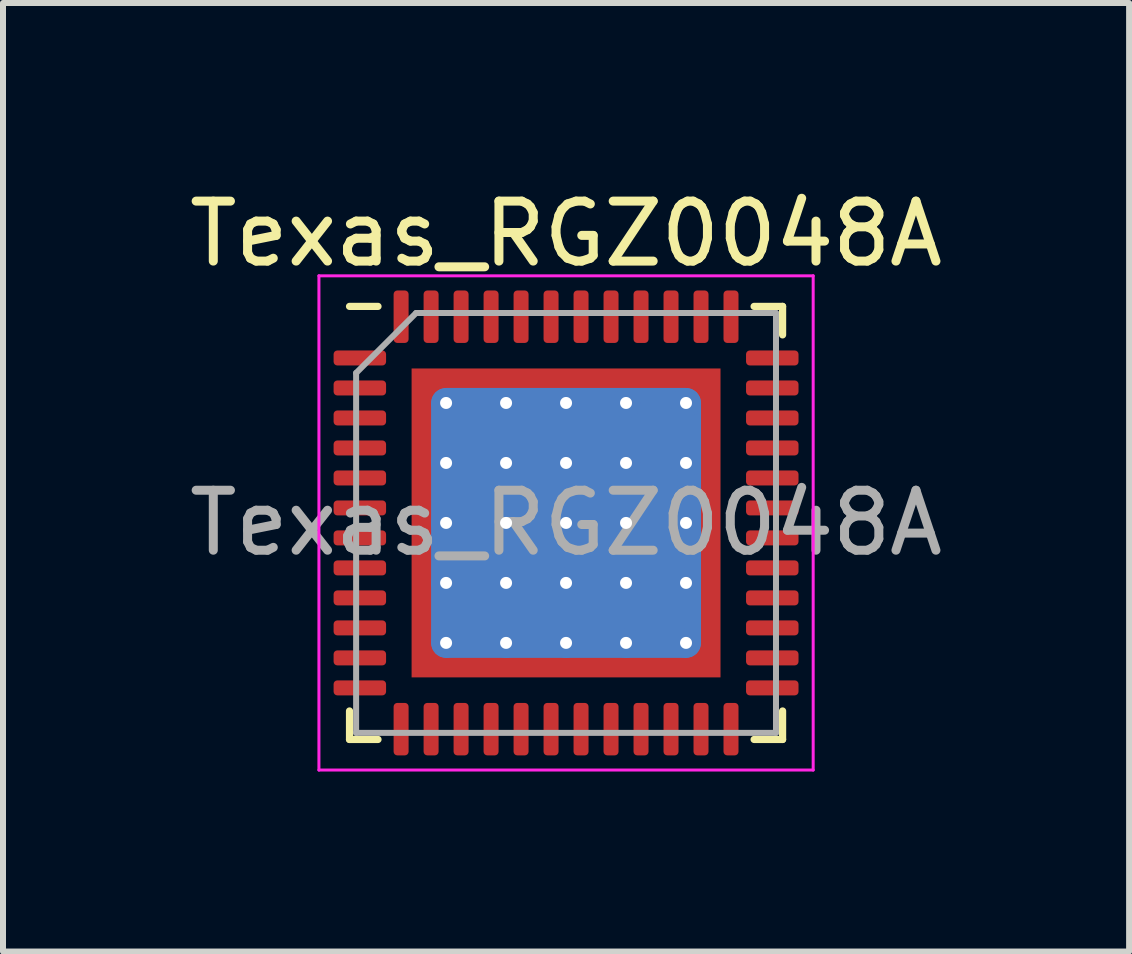
<source format=kicad_pcb>
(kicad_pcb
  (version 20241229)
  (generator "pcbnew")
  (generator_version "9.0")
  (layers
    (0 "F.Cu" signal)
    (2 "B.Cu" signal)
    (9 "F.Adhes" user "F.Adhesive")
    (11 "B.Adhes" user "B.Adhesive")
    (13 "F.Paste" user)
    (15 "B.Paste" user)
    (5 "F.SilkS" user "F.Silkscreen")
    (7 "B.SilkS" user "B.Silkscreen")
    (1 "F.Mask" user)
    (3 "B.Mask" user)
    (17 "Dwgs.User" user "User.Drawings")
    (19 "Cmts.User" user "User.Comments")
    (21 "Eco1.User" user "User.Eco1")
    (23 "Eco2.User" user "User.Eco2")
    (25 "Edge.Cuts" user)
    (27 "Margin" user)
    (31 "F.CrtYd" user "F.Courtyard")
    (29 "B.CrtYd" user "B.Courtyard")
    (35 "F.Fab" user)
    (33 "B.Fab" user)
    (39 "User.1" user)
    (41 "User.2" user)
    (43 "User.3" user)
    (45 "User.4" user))
  (footprint "Texas_RGZ0048A"
    (layer "F.Cu")
    (at 6.387 5.668)
    (property "Reference" "Texas_RGZ0048A" (at 0 -4.82 0) (layer "F.SilkS") (effects (font (size 1 1) (thickness 0.15))))
    (attr smd)
    (fp_line (start -3.61 3.61) (end -3.61 3.135) (stroke (width 0.12) (type solid)) (layer "F.SilkS"))
    (fp_line (start -3.135 -3.61) (end -3.61 -3.61) (stroke (width 0.12) (type solid)) (layer "F.SilkS"))
    (fp_line (start -3.135 3.61) (end -3.61 3.61) (stroke (width 0.12) (type solid)) (layer "F.SilkS"))
    (fp_line (start 3.135 -3.61) (end 3.61 -3.61) (stroke (width 0.12) (type solid)) (layer "F.SilkS"))
    (fp_line (start 3.135 3.61) (end 3.61 3.61) (stroke (width 0.12) (type solid)) (layer "F.SilkS"))
    (fp_line (start 3.61 -3.61) (end 3.61 -3.135) (stroke (width 0.12) (type solid)) (layer "F.SilkS"))
    (fp_line (start 3.61 3.61) (end 3.61 3.135) (stroke (width 0.12) (type solid)) (layer "F.SilkS"))
    (fp_line (start -4.12 -4.12) (end -4.12 4.12) (stroke (width 0.05) (type solid)) (layer "F.CrtYd"))
    (fp_line (start -4.12 4.12) (end 4.12 4.12) (stroke (width 0.05) (type solid)) (layer "F.CrtYd"))
    (fp_line (start 4.12 -4.12) (end -4.12 -4.12) (stroke (width 0.05) (type solid)) (layer "F.CrtYd"))
    (fp_line (start 4.12 4.12) (end 4.12 -4.12) (stroke (width 0.05) (type solid)) (layer "F.CrtYd"))
    (fp_line (start -3.5 -2.5) (end -2.5 -3.5) (stroke (width 0.1) (type solid)) (layer "F.Fab"))
    (fp_line (start -3.5 3.5) (end -3.5 -2.5) (stroke (width 0.1) (type solid)) (layer "F.Fab"))
    (fp_line (start -2.5 -3.5) (end 3.5 -3.5) (stroke (width 0.1) (type solid)) (layer "F.Fab"))
    (fp_line (start 3.5 -3.5) (end 3.5 3.5) (stroke (width 0.1) (type solid)) (layer "F.Fab"))
    (fp_line (start 3.5 3.5) (end -3.5 3.5) (stroke (width 0.1) (type solid)) (layer "F.Fab"))
    (fp_text user "${REFERENCE}" (at 0 0 0) (layer "F.Fab") (effects (font (size 1 1) (thickness 0.15))))
    (pad "" smd custom (at -2.288 -2.288) (size 0.342 0.342) (layers "F.Paste") (options (anchor circle)) (primitives (gr_poly (pts (xy -0.116 -0.116) (xy 0.116 -0.116) (xy 0.116 0.012) (xy 0.012 0.116) (xy -0.116 0.116)) (width 0.232) (fill yes))))
    (pad "" smd custom (at -2.288 -1.5) (size 0.371 0.371) (layers "F.Paste") (options (anchor circle)) (primitives (gr_poly (pts (xy -0.14 -0.311) (xy 0.063 -0.311) (xy 0.14 -0.235) (xy 0.14 0.235) (xy 0.063 0.311) (xy -0.14 0.311)) (width 0.184) (fill yes))))
    (pad "" smd custom (at -2.288 -0.5) (size 0.371 0.371) (layers "F.Paste") (options (anchor circle)) (primitives (gr_poly (pts (xy -0.14 -0.311) (xy 0.063 -0.311) (xy 0.14 -0.235) (xy 0.14 0.235) (xy 0.063 0.311) (xy -0.14 0.311)) (width 0.184) (fill yes))))
    (pad "" smd custom (at -2.288 0.5) (size 0.371 0.371) (layers "F.Paste") (options (anchor circle)) (primitives (gr_poly (pts (xy -0.14 -0.311) (xy 0.063 -0.311) (xy 0.14 -0.235) (xy 0.14 0.235) (xy 0.063 0.311) (xy -0.14 0.311)) (width 0.184) (fill yes))))
    (pad "" smd custom (at -2.288 1.5) (size 0.371 0.371) (layers "F.Paste") (options (anchor circle)) (primitives (gr_poly (pts (xy -0.14 -0.311) (xy 0.063 -0.311) (xy 0.14 -0.235) (xy 0.14 0.235) (xy 0.063 0.311) (xy -0.14 0.311)) (width 0.184) (fill yes))))
    (pad "" smd custom (at -2.288 2.288) (size 0.342 0.342) (layers "F.Paste") (options (anchor circle)) (primitives (gr_poly (pts (xy -0.116 -0.116) (xy 0.012 -0.116) (xy 0.116 -0.012) (xy 0.116 0.116) (xy -0.116 0.116)) (width 0.232) (fill yes))))
    (pad "" smd custom (at -1.5 -2.288) (size 0.371 0.371) (layers "F.Paste") (options (anchor circle)) (primitives (gr_poly (pts (xy -0.311 -0.14) (xy 0.311 -0.14) (xy 0.311 0.063) (xy 0.235 0.14) (xy -0.235 0.14) (xy -0.311 0.063)) (width 0.184) (fill yes))))
    (pad "" smd roundrect (at -1.5 -1.5) (size 0.806 0.806) (layers "F.Paste") (roundrect_rratio 0.25))
    (pad "" smd roundrect (at -1.5 -0.5) (size 0.806 0.806) (layers "F.Paste") (roundrect_rratio 0.25))
    (pad "" smd roundrect (at -1.5 0.5) (size 0.806 0.806) (layers "F.Paste") (roundrect_rratio 0.25))
    (pad "" smd roundrect (at -1.5 1.5) (size 0.806 0.806) (layers "F.Paste") (roundrect_rratio 0.25))
    (pad "" smd custom (at -1.5 2.288) (size 0.371 0.371) (layers "F.Paste") (options (anchor circle)) (primitives (gr_poly (pts (xy -0.311 -0.063) (xy -0.235 -0.14) (xy 0.235 -0.14) (xy 0.311 -0.063) (xy 0.311 0.14) (xy -0.311 0.14)) (width 0.184) (fill yes))))
    (pad "" smd custom (at -0.5 -2.288) (size 0.371 0.371) (layers "F.Paste") (options (anchor circle)) (primitives (gr_poly (pts (xy -0.311 -0.14) (xy 0.311 -0.14) (xy 0.311 0.063) (xy 0.235 0.14) (xy -0.235 0.14) (xy -0.311 0.063)) (width 0.184) (fill yes))))
    (pad "" smd roundrect (at -0.5 -1.5) (size 0.806 0.806) (layers "F.Paste") (roundrect_rratio 0.25))
    (pad "" smd roundrect (at -0.5 -0.5) (size 0.806 0.806) (layers "F.Paste") (roundrect_rratio 0.25))
    (pad "" smd roundrect (at -0.5 0.5) (size 0.806 0.806) (layers "F.Paste") (roundrect_rratio 0.25))
    (pad "" smd roundrect (at -0.5 1.5) (size 0.806 0.806) (layers "F.Paste") (roundrect_rratio 0.25))
    (pad "" smd custom (at -0.5 2.288) (size 0.371 0.371) (layers "F.Paste") (options (anchor circle)) (primitives (gr_poly (pts (xy -0.311 -0.063) (xy -0.235 -0.14) (xy 0.235 -0.14) (xy 0.311 -0.063) (xy 0.311 0.14) (xy -0.311 0.14)) (width 0.184) (fill yes))))
    (pad "" smd custom (at 0.5 -2.288) (size 0.371 0.371) (layers "F.Paste") (options (anchor circle)) (primitives (gr_poly (pts (xy -0.311 -0.14) (xy 0.311 -0.14) (xy 0.311 0.063) (xy 0.235 0.14) (xy -0.235 0.14) (xy -0.311 0.063)) (width 0.184) (fill yes))))
    (pad "" smd roundrect (at 0.5 -1.5) (size 0.806 0.806) (layers "F.Paste") (roundrect_rratio 0.25))
    (pad "" smd roundrect (at 0.5 -0.5) (size 0.806 0.806) (layers "F.Paste") (roundrect_rratio 0.25))
    (pad "" smd roundrect (at 0.5 0.5) (size 0.806 0.806) (layers "F.Paste") (roundrect_rratio 0.25))
    (pad "" smd roundrect (at 0.5 1.5) (size 0.806 0.806) (layers "F.Paste") (roundrect_rratio 0.25))
    (pad "" smd custom (at 0.5 2.288) (size 0.371 0.371) (layers "F.Paste") (options (anchor circle)) (primitives (gr_poly (pts (xy -0.311 -0.063) (xy -0.235 -0.14) (xy 0.235 -0.14) (xy 0.311 -0.063) (xy 0.311 0.14) (xy -0.311 0.14)) (width 0.184) (fill yes))))
    (pad "" smd custom (at 1.5 -2.288) (size 0.371 0.371) (layers "F.Paste") (options (anchor circle)) (primitives (gr_poly (pts (xy -0.311 -0.14) (xy 0.311 -0.14) (xy 0.311 0.063) (xy 0.235 0.14) (xy -0.235 0.14) (xy -0.311 0.063)) (width 0.184) (fill yes))))
    (pad "" smd roundrect (at 1.5 -1.5) (size 0.806 0.806) (layers "F.Paste") (roundrect_rratio 0.25))
    (pad "" smd roundrect (at 1.5 -0.5) (size 0.806 0.806) (layers "F.Paste") (roundrect_rratio 0.25))
    (pad "" smd roundrect (at 1.5 0.5) (size 0.806 0.806) (layers "F.Paste") (roundrect_rratio 0.25))
    (pad "" smd roundrect (at 1.5 1.5) (size 0.806 0.806) (layers "F.Paste") (roundrect_rratio 0.25))
    (pad "" smd custom (at 1.5 2.288) (size 0.371 0.371) (layers "F.Paste") (options (anchor circle)) (primitives (gr_poly (pts (xy -0.311 -0.063) (xy -0.235 -0.14) (xy 0.235 -0.14) (xy 0.311 -0.063) (xy 0.311 0.14) (xy -0.311 0.14)) (width 0.184) (fill yes))))
    (pad "" smd custom (at 2.288 -2.288) (size 0.342 0.342) (layers "F.Paste") (options (anchor circle)) (primitives (gr_poly (pts (xy -0.116 -0.116) (xy 0.116 -0.116) (xy 0.116 0.116) (xy -0.012 0.116) (xy -0.116 0.012)) (width 0.232) (fill yes))))
    (pad "" smd custom (at 2.288 -1.5) (size 0.371 0.371) (layers "F.Paste") (options (anchor circle)) (primitives (gr_poly (pts (xy -0.14 -0.235) (xy -0.063 -0.311) (xy 0.14 -0.311) (xy 0.14 0.311) (xy -0.063 0.311) (xy -0.14 0.235)) (width 0.184) (fill yes))))
    (pad "" smd custom (at 2.288 -0.5) (size 0.371 0.371) (layers "F.Paste") (options (anchor circle)) (primitives (gr_poly (pts (xy -0.14 -0.235) (xy -0.063 -0.311) (xy 0.14 -0.311) (xy 0.14 0.311) (xy -0.063 0.311) (xy -0.14 0.235)) (width 0.184) (fill yes))))
    (pad "" smd custom (at 2.288 0.5) (size 0.371 0.371) (layers "F.Paste") (options (anchor circle)) (primitives (gr_poly (pts (xy -0.14 -0.235) (xy -0.063 -0.311) (xy 0.14 -0.311) (xy 0.14 0.311) (xy -0.063 0.311) (xy -0.14 0.235)) (width 0.184) (fill yes))))
    (pad "" smd custom (at 2.288 1.5) (size 0.371 0.371) (layers "F.Paste") (options (anchor circle)) (primitives (gr_poly (pts (xy -0.14 -0.235) (xy -0.063 -0.311) (xy 0.14 -0.311) (xy 0.14 0.311) (xy -0.063 0.311) (xy -0.14 0.235)) (width 0.184) (fill yes))))
    (pad "" smd custom (at 2.288 2.288) (size 0.342 0.342) (layers "F.Paste") (options (anchor circle)) (primitives (gr_poly (pts (xy -0.116 -0.012) (xy -0.012 -0.116) (xy 0.116 -0.116) (xy 0.116 0.116) (xy -0.116 0.116)) (width 0.232) (fill yes))))
    (pad "1" smd roundrect (at -3.438 -2.75) (size 0.875 0.25) (layers "F.Cu" "F.Mask" "F.Paste") (roundrect_rratio 0.25))
    (pad "2" smd roundrect (at -3.438 -2.25) (size 0.875 0.25) (layers "F.Cu" "F.Mask" "F.Paste") (roundrect_rratio 0.25))
    (pad "3" smd roundrect (at -3.438 -1.75) (size 0.875 0.25) (layers "F.Cu" "F.Mask" "F.Paste") (roundrect_rratio 0.25))
    (pad "4" smd roundrect (at -3.438 -1.25) (size 0.875 0.25) (layers "F.Cu" "F.Mask" "F.Paste") (roundrect_rratio 0.25))
    (pad "5" smd roundrect (at -3.438 -0.75) (size 0.875 0.25) (layers "F.Cu" "F.Mask" "F.Paste") (roundrect_rratio 0.25))
    (pad "6" smd roundrect (at -3.438 -0.25) (size 0.875 0.25) (layers "F.Cu" "F.Mask" "F.Paste") (roundrect_rratio 0.25))
    (pad "7" smd roundrect (at -3.438 0.25) (size 0.875 0.25) (layers "F.Cu" "F.Mask" "F.Paste") (roundrect_rratio 0.25))
    (pad "8" smd roundrect (at -3.438 0.75) (size 0.875 0.25) (layers "F.Cu" "F.Mask" "F.Paste") (roundrect_rratio 0.25))
    (pad "9" smd roundrect (at -3.438 1.25) (size 0.875 0.25) (layers "F.Cu" "F.Mask" "F.Paste") (roundrect_rratio 0.25))
    (pad "10" smd roundrect (at -3.438 1.75) (size 0.875 0.25) (layers "F.Cu" "F.Mask" "F.Paste") (roundrect_rratio 0.25))
    (pad "11" smd roundrect (at -3.438 2.25) (size 0.875 0.25) (layers "F.Cu" "F.Mask" "F.Paste") (roundrect_rratio 0.25))
    (pad "12" smd roundrect (at -3.438 2.75) (size 0.875 0.25) (layers "F.Cu" "F.Mask" "F.Paste") (roundrect_rratio 0.25))
    (pad "13" smd roundrect (at -2.75 3.438) (size 0.25 0.875) (layers "F.Cu" "F.Mask" "F.Paste") (roundrect_rratio 0.25))
    (pad "14" smd roundrect (at -2.25 3.438) (size 0.25 0.875) (layers "F.Cu" "F.Mask" "F.Paste") (roundrect_rratio 0.25))
    (pad "15" smd roundrect (at -1.75 3.438) (size 0.25 0.875) (layers "F.Cu" "F.Mask" "F.Paste") (roundrect_rratio 0.25))
    (pad "16" smd roundrect (at -1.25 3.438) (size 0.25 0.875) (layers "F.Cu" "F.Mask" "F.Paste") (roundrect_rratio 0.25))
    (pad "17" smd roundrect (at -0.75 3.438) (size 0.25 0.875) (layers "F.Cu" "F.Mask" "F.Paste") (roundrect_rratio 0.25))
    (pad "18" smd roundrect (at -0.25 3.438) (size 0.25 0.875) (layers "F.Cu" "F.Mask" "F.Paste") (roundrect_rratio 0.25))
    (pad "19" smd roundrect (at 0.25 3.438) (size 0.25 0.875) (layers "F.Cu" "F.Mask" "F.Paste") (roundrect_rratio 0.25))
    (pad "20" smd roundrect (at 0.75 3.438) (size 0.25 0.875) (layers "F.Cu" "F.Mask" "F.Paste") (roundrect_rratio 0.25))
    (pad "21" smd roundrect (at 1.25 3.438) (size 0.25 0.875) (layers "F.Cu" "F.Mask" "F.Paste") (roundrect_rratio 0.25))
    (pad "22" smd roundrect (at 1.75 3.438) (size 0.25 0.875) (layers "F.Cu" "F.Mask" "F.Paste") (roundrect_rratio 0.25))
    (pad "23" smd roundrect (at 2.25 3.438) (size 0.25 0.875) (layers "F.Cu" "F.Mask" "F.Paste") (roundrect_rratio 0.25))
    (pad "24" smd roundrect (at 2.75 3.438) (size 0.25 0.875) (layers "F.Cu" "F.Mask" "F.Paste") (roundrect_rratio 0.25))
    (pad "25" smd roundrect (at 3.438 2.75) (size 0.875 0.25) (layers "F.Cu" "F.Mask" "F.Paste") (roundrect_rratio 0.25))
    (pad "26" smd roundrect (at 3.438 2.25) (size 0.875 0.25) (layers "F.Cu" "F.Mask" "F.Paste") (roundrect_rratio 0.25))
    (pad "27" smd roundrect (at 3.438 1.75) (size 0.875 0.25) (layers "F.Cu" "F.Mask" "F.Paste") (roundrect_rratio 0.25))
    (pad "28" smd roundrect (at 3.438 1.25) (size 0.875 0.25) (layers "F.Cu" "F.Mask" "F.Paste") (roundrect_rratio 0.25))
    (pad "29" smd roundrect (at 3.438 0.75) (size 0.875 0.25) (layers "F.Cu" "F.Mask" "F.Paste") (roundrect_rratio 0.25))
    (pad "30" smd roundrect (at 3.438 0.25) (size 0.875 0.25) (layers "F.Cu" "F.Mask" "F.Paste") (roundrect_rratio 0.25))
    (pad "31" smd roundrect (at 3.438 -0.25) (size 0.875 0.25) (layers "F.Cu" "F.Mask" "F.Paste") (roundrect_rratio 0.25))
    (pad "32" smd roundrect (at 3.438 -0.75) (size 0.875 0.25) (layers "F.Cu" "F.Mask" "F.Paste") (roundrect_rratio 0.25))
    (pad "33" smd roundrect (at 3.438 -1.25) (size 0.875 0.25) (layers "F.Cu" "F.Mask" "F.Paste") (roundrect_rratio 0.25))
    (pad "34" smd roundrect (at 3.438 -1.75) (size 0.875 0.25) (layers "F.Cu" "F.Mask" "F.Paste") (roundrect_rratio 0.25))
    (pad "35" smd roundrect (at 3.438 -2.25) (size 0.875 0.25) (layers "F.Cu" "F.Mask" "F.Paste") (roundrect_rratio 0.25))
    (pad "36" smd roundrect (at 3.438 -2.75) (size 0.875 0.25) (layers "F.Cu" "F.Mask" "F.Paste") (roundrect_rratio 0.25))
    (pad "37" smd roundrect (at 2.75 -3.438) (size 0.25 0.875) (layers "F.Cu" "F.Mask" "F.Paste") (roundrect_rratio 0.25))
    (pad "38" smd roundrect (at 2.25 -3.438) (size 0.25 0.875) (layers "F.Cu" "F.Mask" "F.Paste") (roundrect_rratio 0.25))
    (pad "39" smd roundrect (at 1.75 -3.438) (size 0.25 0.875) (layers "F.Cu" "F.Mask" "F.Paste") (roundrect_rratio 0.25))
    (pad "40" smd roundrect (at 1.25 -3.438) (size 0.25 0.875) (layers "F.Cu" "F.Mask" "F.Paste") (roundrect_rratio 0.25))
    (pad "41" smd roundrect (at 0.75 -3.438) (size 0.25 0.875) (layers "F.Cu" "F.Mask" "F.Paste") (roundrect_rratio 0.25))
    (pad "42" smd roundrect (at 0.25 -3.438) (size 0.25 0.875) (layers "F.Cu" "F.Mask" "F.Paste") (roundrect_rratio 0.25))
    (pad "43" smd roundrect (at -0.25 -3.438) (size 0.25 0.875) (layers "F.Cu" "F.Mask" "F.Paste") (roundrect_rratio 0.25))
    (pad "44" smd roundrect (at -0.75 -3.438) (size 0.25 0.875) (layers "F.Cu" "F.Mask" "F.Paste") (roundrect_rratio 0.25))
    (pad "45" smd roundrect (at -1.25 -3.438) (size 0.25 0.875) (layers "F.Cu" "F.Mask" "F.Paste") (roundrect_rratio 0.25))
    (pad "46" smd roundrect (at -1.75 -3.438) (size 0.25 0.875) (layers "F.Cu" "F.Mask" "F.Paste") (roundrect_rratio 0.25))
    (pad "47" smd roundrect (at -2.25 -3.438) (size 0.25 0.875) (layers "F.Cu" "F.Mask" "F.Paste") (roundrect_rratio 0.25))
    (pad "48" smd roundrect (at -2.75 -3.438) (size 0.25 0.875) (layers "F.Cu" "F.Mask" "F.Paste") (roundrect_rratio 0.25))
    (pad "49" thru_hole circle (at -2 -2) (size 0.5 0.5) (drill 0.2) (layers "*.Cu"))
    (pad "49" thru_hole circle (at -2 -1) (size 0.5 0.5) (drill 0.2) (layers "*.Cu"))
    (pad "49" thru_hole circle (at -2 0) (size 0.5 0.5) (drill 0.2) (layers "*.Cu"))
    (pad "49" thru_hole circle (at -2 1) (size 0.5 0.5) (drill 0.2) (layers "*.Cu"))
    (pad "49" thru_hole circle (at -2 2) (size 0.5 0.5) (drill 0.2) (layers "*.Cu"))
    (pad "49" thru_hole circle (at -1 -2) (size 0.5 0.5) (drill 0.2) (layers "*.Cu"))
    (pad "49" thru_hole circle (at -1 -1) (size 0.5 0.5) (drill 0.2) (layers "*.Cu"))
    (pad "49" thru_hole circle (at -1 0) (size 0.5 0.5) (drill 0.2) (layers "*.Cu"))
    (pad "49" thru_hole circle (at -1 1) (size 0.5 0.5) (drill 0.2) (layers "*.Cu"))
    (pad "49" thru_hole circle (at -1 2) (size 0.5 0.5) (drill 0.2) (layers "*.Cu"))
    (pad "49" thru_hole circle (at 0 -2) (size 0.5 0.5) (drill 0.2) (layers "*.Cu"))
    (pad "49" thru_hole circle (at 0 -1) (size 0.5 0.5) (drill 0.2) (layers "*.Cu"))
    (pad "49" thru_hole circle (at 0 0) (size 0.5 0.5) (drill 0.2) (layers "*.Cu"))
    (pad "49" smd roundrect (at 0 0) (size 4.5 4.5) (layers "B.Cu") (roundrect_rratio 0.056))
    (pad "49" smd rect (at 0 0) (size 5.15 5.15) (layers "F.Cu" "F.Mask"))
    (pad "49" thru_hole circle (at 0 1) (size 0.5 0.5) (drill 0.2) (layers "*.Cu"))
    (pad "49" thru_hole circle (at 0 2) (size 0.5 0.5) (drill 0.2) (layers "*.Cu"))
    (pad "49" thru_hole circle (at 1 -2) (size 0.5 0.5) (drill 0.2) (layers "*.Cu"))
    (pad "49" thru_hole circle (at 1 -1) (size 0.5 0.5) (drill 0.2) (layers "*.Cu"))
    (pad "49" thru_hole circle (at 1 0) (size 0.5 0.5) (drill 0.2) (layers "*.Cu"))
    (pad "49" thru_hole circle (at 1 1) (size 0.5 0.5) (drill 0.2) (layers "*.Cu"))
    (pad "49" thru_hole circle (at 1 2) (size 0.5 0.5) (drill 0.2) (layers "*.Cu"))
    (pad "49" thru_hole circle (at 2 -2) (size 0.5 0.5) (drill 0.2) (layers "*.Cu"))
    (pad "49" thru_hole circle (at 2 -1) (size 0.5 0.5) (drill 0.2) (layers "*.Cu"))
    (pad "49" thru_hole circle (at 2 0) (size 0.5 0.5) (drill 0.2) (layers "*.Cu"))
    (pad "49" thru_hole circle (at 2 1) (size 0.5 0.5) (drill 0.2) (layers "*.Cu"))
    (pad "49" thru_hole circle (at 2 2) (size 0.5 0.5) (drill 0.2) (layers "*.Cu")))
  (gr_rect
    (start -3 -3)
    (end 15.774 12.813)
    (stroke (width 0.1) (type default))
    (fill no)
    (layer "Edge.Cuts")))
</source>
